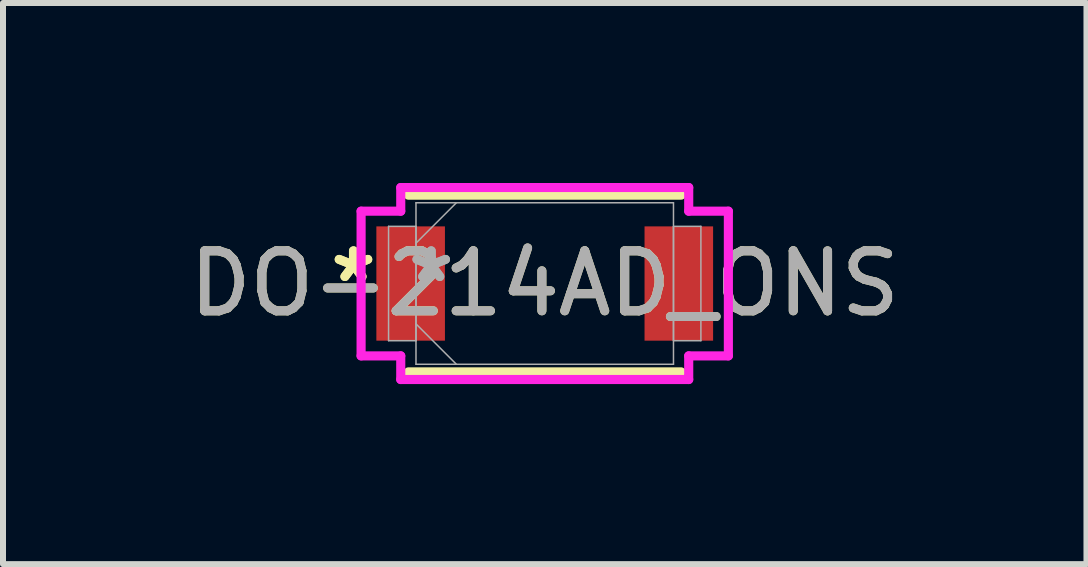
<source format=kicad_pcb>
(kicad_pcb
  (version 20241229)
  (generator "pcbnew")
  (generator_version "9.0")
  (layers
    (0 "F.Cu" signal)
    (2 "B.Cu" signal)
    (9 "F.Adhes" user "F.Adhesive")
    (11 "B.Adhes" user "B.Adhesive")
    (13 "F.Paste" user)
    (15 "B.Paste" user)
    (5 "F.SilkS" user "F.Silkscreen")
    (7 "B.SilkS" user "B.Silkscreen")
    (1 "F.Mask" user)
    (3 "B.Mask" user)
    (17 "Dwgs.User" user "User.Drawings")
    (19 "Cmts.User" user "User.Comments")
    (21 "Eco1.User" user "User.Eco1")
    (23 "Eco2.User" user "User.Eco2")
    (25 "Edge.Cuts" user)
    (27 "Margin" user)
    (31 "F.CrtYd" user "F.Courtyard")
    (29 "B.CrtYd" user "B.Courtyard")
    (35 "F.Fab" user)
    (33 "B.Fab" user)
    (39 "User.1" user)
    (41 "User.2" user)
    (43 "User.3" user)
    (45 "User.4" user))
  (footprint "DO-214AD_ONS"
    (layer "F.Cu")
    (at 6.03 1.676)
    (property "Reference" "DO-214AD_ONS" (at 0 0 0) (unlocked yes) (layer "F.SilkS") (effects (font (size 1 1) (thickness 0.15))))
    (attr smd)
    (fp_line (start -2.273 1.473) (end 2.273 1.473) (stroke (width 0.152) (type solid)) (layer "F.SilkS"))
    (fp_line (start 2.273 -1.473) (end -2.273 -1.473) (stroke (width 0.152) (type solid)) (layer "F.SilkS"))
    (fp_line (start -3.061 -1.206) (end -2.4 -1.206) (stroke (width 0.152) (type solid)) (layer "F.CrtYd"))
    (fp_line (start -3.061 1.206) (end -3.061 -1.206) (stroke (width 0.152) (type solid)) (layer "F.CrtYd"))
    (fp_line (start -2.4 -1.6) (end 2.4 -1.6) (stroke (width 0.152) (type solid)) (layer "F.CrtYd"))
    (fp_line (start -2.4 -1.206) (end -2.4 -1.6) (stroke (width 0.152) (type solid)) (layer "F.CrtYd"))
    (fp_line (start -2.4 1.206) (end -3.061 1.206) (stroke (width 0.152) (type solid)) (layer "F.CrtYd"))
    (fp_line (start -2.4 1.6) (end -2.4 1.206) (stroke (width 0.152) (type solid)) (layer "F.CrtYd"))
    (fp_line (start 2.4 -1.6) (end 2.4 -1.206) (stroke (width 0.152) (type solid)) (layer "F.CrtYd"))
    (fp_line (start 2.4 -1.206) (end 3.061 -1.206) (stroke (width 0.152) (type solid)) (layer "F.CrtYd"))
    (fp_line (start 2.4 1.206) (end 2.4 1.6) (stroke (width 0.152) (type solid)) (layer "F.CrtYd"))
    (fp_line (start 2.4 1.6) (end -2.4 1.6) (stroke (width 0.152) (type solid)) (layer "F.CrtYd"))
    (fp_line (start 3.061 -1.206) (end 3.061 1.206) (stroke (width 0.152) (type solid)) (layer "F.CrtYd"))
    (fp_line (start 3.061 1.206) (end 2.4 1.206) (stroke (width 0.152) (type solid)) (layer "F.CrtYd"))
    (fp_line (start -2.603 -0.953) (end -2.603 0.953) (stroke (width 0.025) (type solid)) (layer "F.Fab"))
    (fp_line (start -2.603 0.953) (end -2.146 0.953) (stroke (width 0.025) (type solid)) (layer "F.Fab"))
    (fp_line (start -2.146 -1.346) (end -2.146 1.346) (stroke (width 0.025) (type solid)) (layer "F.Fab"))
    (fp_line (start -2.146 -0.953) (end -2.603 -0.953) (stroke (width 0.025) (type solid)) (layer "F.Fab"))
    (fp_line (start -2.146 -0.673) (end -1.473 -1.346) (stroke (width 0.025) (type solid)) (layer "F.Fab"))
    (fp_line (start -2.146 0.673) (end -1.473 1.346) (stroke (width 0.025) (type solid)) (layer "F.Fab"))
    (fp_line (start -2.146 0.953) (end -2.146 -0.953) (stroke (width 0.025) (type solid)) (layer "F.Fab"))
    (fp_line (start -2.146 1.346) (end 2.146 1.346) (stroke (width 0.025) (type solid)) (layer "F.Fab"))
    (fp_line (start 2.146 -1.346) (end -2.146 -1.346) (stroke (width 0.025) (type solid)) (layer "F.Fab"))
    (fp_line (start 2.146 -0.953) (end 2.146 0.953) (stroke (width 0.025) (type solid)) (layer "F.Fab"))
    (fp_line (start 2.146 0.953) (end 2.603 0.953) (stroke (width 0.025) (type solid)) (layer "F.Fab"))
    (fp_line (start 2.146 1.346) (end 2.146 -1.346) (stroke (width 0.025) (type solid)) (layer "F.Fab"))
    (fp_line (start 2.603 -0.953) (end 2.146 -0.953) (stroke (width 0.025) (type solid)) (layer "F.Fab"))
    (fp_line (start 2.603 0.953) (end 2.603 -0.953) (stroke (width 0.025) (type solid)) (layer "F.Fab"))
    (fp_text user "*" (at -3.188 0 0) (unlocked yes) (layer "F.SilkS") (effects (font (size 1 1) (thickness 0.15))))
    (fp_text user "*" (at -3.188 0 0) (layer "F.SilkS") (effects (font (size 1 1) (thickness 0.15))))
    (fp_text user "*" (at -1.892 0 0) (unlocked yes) (layer "F.Fab") (effects (font (size 1 1) (thickness 0.15))))
    (fp_text user "${REFERENCE}" (at 0 0 0) (unlocked yes) (layer "F.Fab") (effects (font (size 1 1) (thickness 0.15))))
    (fp_text user "*" (at -1.892 0 0) (layer "F.Fab") (effects (font (size 1 1) (thickness 0.15))))
    (pad "1" smd rect (at -2.235 0) (size 1.143 1.905) (layers "F.Cu" "F.Mask" "F.Paste"))
    (pad "2" smd rect (at 2.235 0) (size 1.143 1.905) (layers "F.Cu" "F.Mask" "F.Paste"))
    (zone (net_name "") (layer "F.Cu") (hatch full 0.508) (connect_pads) (min_thickness 0.254) (filled_areas_thickness no) (keepout (tracks not_allowed) (vias not_allowed) (pads allowed) (copperpour not_allowed) (footprints allowed)) (placement (enabled no)) (fill) (polygon (pts (xy 4.417 0.381) (xy 7.643 0.381) (xy 7.643 2.972) (xy 4.417 2.972)))))
  (gr_rect
    (start -3 -3)
    (end 15.06 6.353)
    (stroke (width 0.1) (type default))
    (fill no)
    (layer "Edge.Cuts")))
</source>
